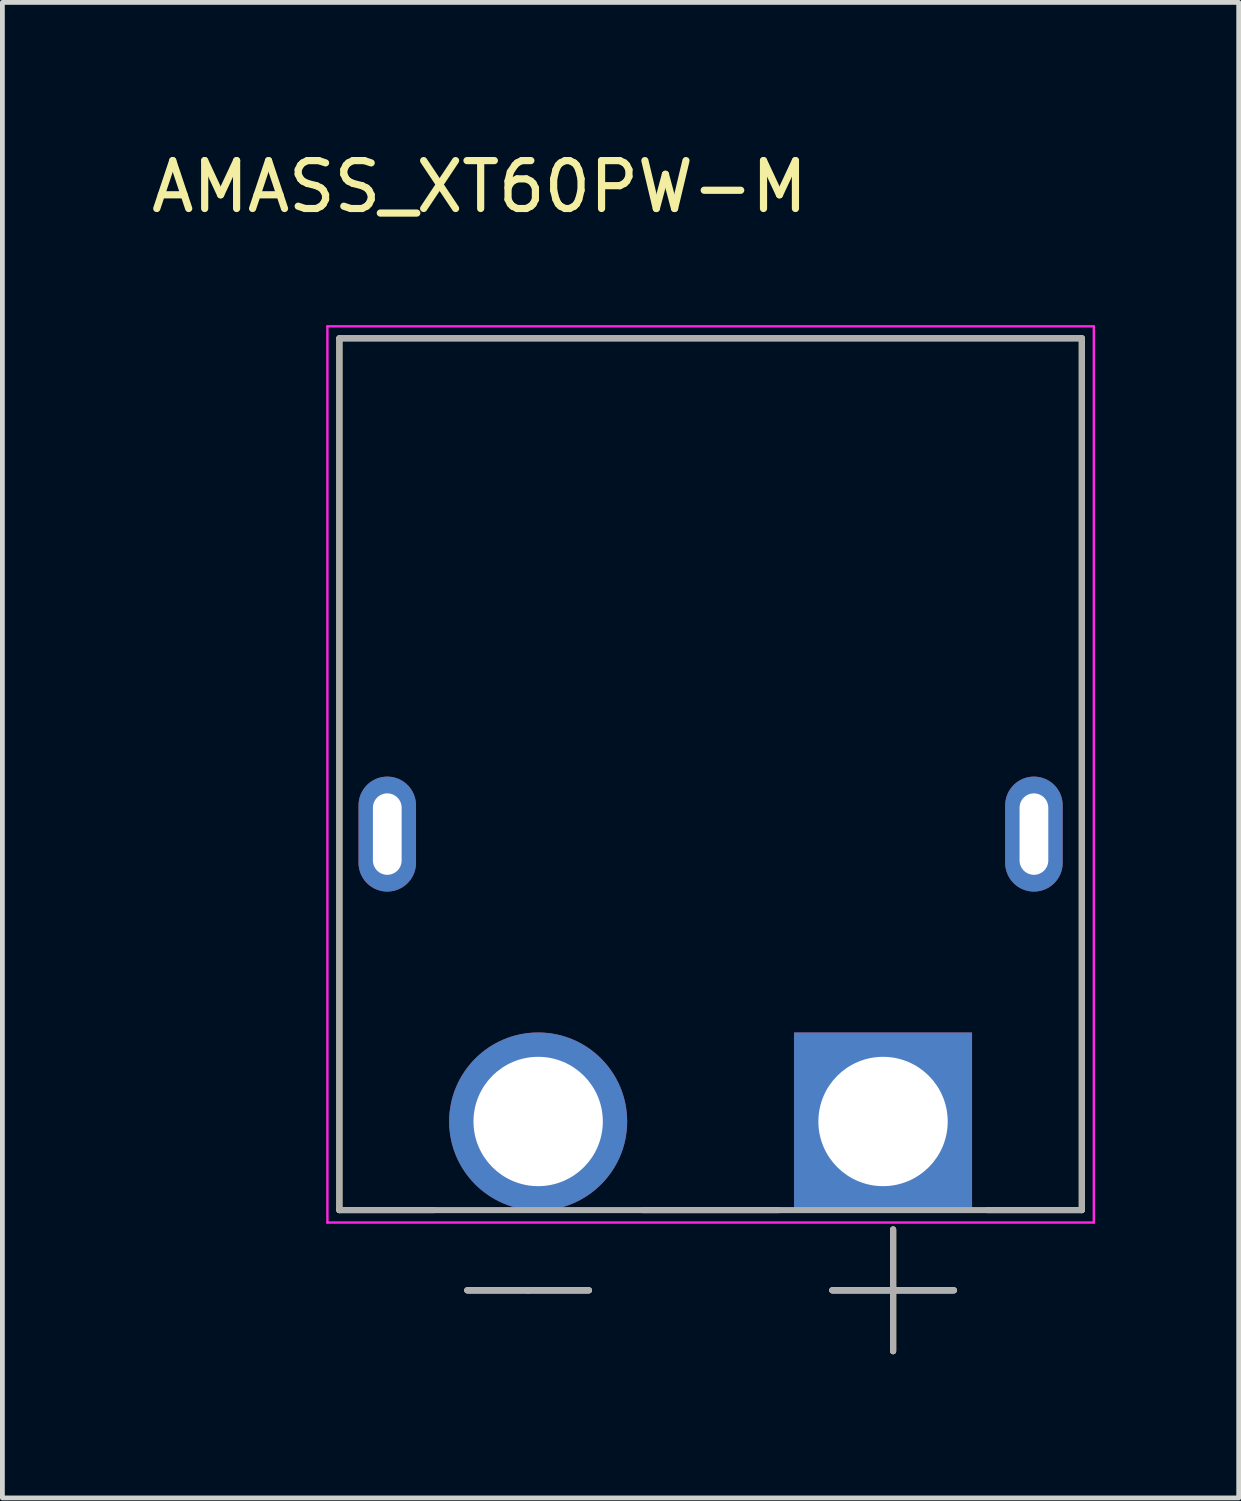
<source format=kicad_pcb>
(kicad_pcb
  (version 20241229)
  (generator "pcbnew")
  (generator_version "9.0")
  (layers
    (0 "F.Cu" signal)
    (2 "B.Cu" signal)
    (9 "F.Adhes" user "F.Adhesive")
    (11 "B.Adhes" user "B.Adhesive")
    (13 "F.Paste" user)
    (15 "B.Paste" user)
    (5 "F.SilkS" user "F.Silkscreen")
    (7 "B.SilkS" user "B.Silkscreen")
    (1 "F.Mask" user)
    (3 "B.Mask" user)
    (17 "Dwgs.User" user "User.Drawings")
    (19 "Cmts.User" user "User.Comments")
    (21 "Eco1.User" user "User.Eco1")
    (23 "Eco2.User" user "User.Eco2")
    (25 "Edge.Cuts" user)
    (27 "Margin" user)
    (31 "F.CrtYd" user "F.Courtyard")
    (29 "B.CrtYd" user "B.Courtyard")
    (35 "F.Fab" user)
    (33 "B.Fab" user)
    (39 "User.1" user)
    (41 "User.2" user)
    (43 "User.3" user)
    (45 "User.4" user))
  (footprint "AMASS_XT60PW-M"
    (layer "F.Cu")
    (at 11.785 14.363)
    (property "Reference" "AMASS_XT60PW-M" (at -4.824 -13.515 0) (layer "F.SilkS") (effects (font (size 1 1) (thickness 0.15))))
    (attr through_hole)
    (fp_line (start -7.75 -10.35) (end -7.75 7.85) (stroke (width 0.127) (type solid)) (layer "F.SilkS"))
    (fp_line (start -7.75 7.85) (end -5.778 7.85) (stroke (width 0.127) (type solid)) (layer "F.SilkS"))
    (fp_line (start -5.08 9.525) (end -3.81 9.525) (stroke (width 0.127) (type solid)) (layer "F.SilkS"))
    (fp_line (start -2.54 9.525) (end -3.81 9.525) (stroke (width 0.127) (type solid)) (layer "F.SilkS"))
    (fp_line (start -1.422 7.85) (end 1.422 7.85) (stroke (width 0.127) (type solid)) (layer "F.SilkS"))
    (fp_line (start 2.54 9.525) (end 3.81 9.525) (stroke (width 0.127) (type solid)) (layer "F.SilkS"))
    (fp_line (start 3.81 9.525) (end 3.81 8.255) (stroke (width 0.127) (type solid)) (layer "F.SilkS"))
    (fp_line (start 3.81 9.525) (end 3.81 10.795) (stroke (width 0.127) (type solid)) (layer "F.SilkS"))
    (fp_line (start 5.08 9.525) (end 3.81 9.525) (stroke (width 0.127) (type solid)) (layer "F.SilkS"))
    (fp_line (start 7.75 -10.35) (end -7.75 -10.35) (stroke (width 0.127) (type solid)) (layer "F.SilkS"))
    (fp_line (start 7.75 7.85) (end 5.778 7.85) (stroke (width 0.127) (type solid)) (layer "F.SilkS"))
    (fp_line (start 7.75 7.85) (end 7.75 -10.35) (stroke (width 0.127) (type solid)) (layer "F.SilkS"))
    (fp_line (start -5.08 9.525) (end -3.81 9.525) (stroke (width 0.127) (type solid)) (layer "B.SilkS"))
    (fp_line (start -2.54 9.525) (end -3.81 9.525) (stroke (width 0.127) (type solid)) (layer "B.SilkS"))
    (fp_line (start 2.54 9.525) (end 3.81 9.525) (stroke (width 0.127) (type solid)) (layer "B.SilkS"))
    (fp_line (start 3.81 9.525) (end 3.81 8.255) (stroke (width 0.127) (type solid)) (layer "B.SilkS"))
    (fp_line (start 3.81 9.525) (end 3.81 10.795) (stroke (width 0.127) (type solid)) (layer "B.SilkS"))
    (fp_line (start 5.08 9.525) (end 3.81 9.525) (stroke (width 0.127) (type solid)) (layer "B.SilkS"))
    (fp_line (start -8 -10.6) (end -8 8.11) (stroke (width 0.05) (type solid)) (layer "F.CrtYd"))
    (fp_line (start -8 8.11) (end 8 8.11) (stroke (width 0.05) (type solid)) (layer "F.CrtYd"))
    (fp_line (start 8 -10.6) (end -8 -10.6) (stroke (width 0.05) (type solid)) (layer "F.CrtYd"))
    (fp_line (start 8 8.11) (end 8 -10.6) (stroke (width 0.05) (type solid)) (layer "F.CrtYd"))
    (fp_line (start -7.75 -10.35) (end -7.75 7.85) (stroke (width 0.127) (type solid)) (layer "F.Fab"))
    (fp_line (start -7.75 7.85) (end 7.75 7.85) (stroke (width 0.127) (type solid)) (layer "F.Fab"))
    (fp_line (start -5.08 9.525) (end -3.81 9.525) (stroke (width 0.127) (type solid)) (layer "F.Fab"))
    (fp_line (start -2.54 9.525) (end -3.81 9.525) (stroke (width 0.127) (type solid)) (layer "F.Fab"))
    (fp_line (start 2.54 9.525) (end 3.81 9.525) (stroke (width 0.127) (type solid)) (layer "F.Fab"))
    (fp_line (start 3.81 9.525) (end 3.81 8.255) (stroke (width 0.127) (type solid)) (layer "F.Fab"))
    (fp_line (start 3.81 9.525) (end 3.81 10.795) (stroke (width 0.127) (type solid)) (layer "F.Fab"))
    (fp_line (start 5.08 9.525) (end 3.81 9.525) (stroke (width 0.127) (type solid)) (layer "F.Fab"))
    (fp_line (start 7.75 -10.35) (end -7.75 -10.35) (stroke (width 0.127) (type solid)) (layer "F.Fab"))
    (fp_line (start 7.75 7.85) (end 7.75 -10.35) (stroke (width 0.127) (type solid)) (layer "F.Fab"))
    (pad "1" thru_hole rect (at 3.6 6) (size 3.716 3.716) (drill 2.7) (layers "*.Cu" "*.Mask"))
    (pad "2" thru_hole oval (at -6.75 0) (size 1.2 2.4) (drill oval 0.6 1.7) (layers "*.Cu" "*.Mask"))
    (pad "2" thru_hole circle (at -3.6 6) (size 3.716 3.716) (drill 2.7) (layers "*.Cu" "*.Mask"))
    (pad "2" thru_hole oval (at 6.75 0) (size 1.2 2.4) (drill oval 0.6 1.7) (layers "*.Cu" "*.Mask")))
  (gr_rect
    (start -3 -3)
    (end 22.81 28.222)
    (stroke (width 0.1) (type default))
    (fill no)
    (layer "Edge.Cuts")))
</source>
